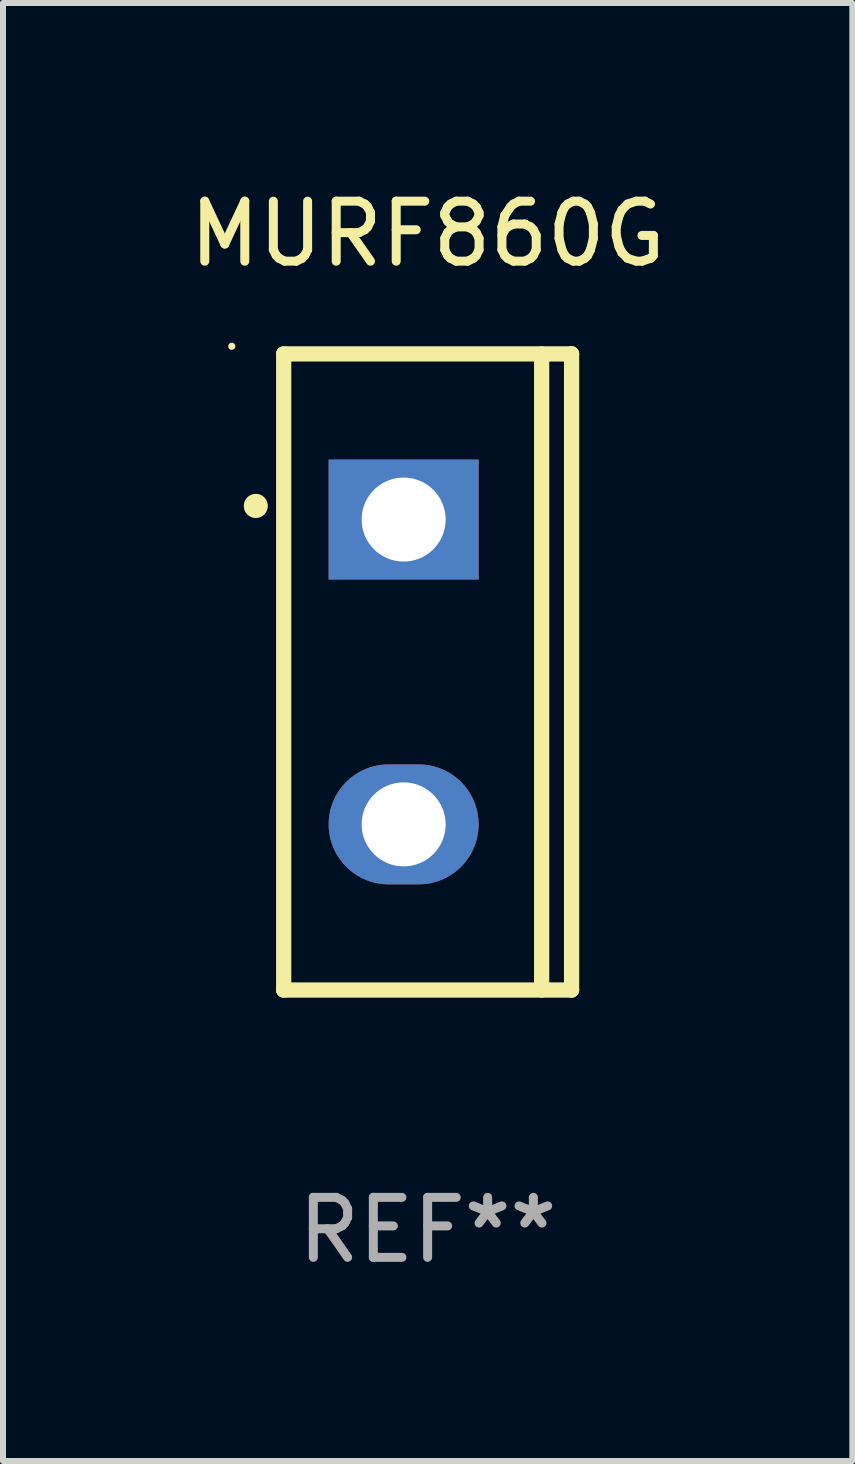
<source format=kicad_pcb>
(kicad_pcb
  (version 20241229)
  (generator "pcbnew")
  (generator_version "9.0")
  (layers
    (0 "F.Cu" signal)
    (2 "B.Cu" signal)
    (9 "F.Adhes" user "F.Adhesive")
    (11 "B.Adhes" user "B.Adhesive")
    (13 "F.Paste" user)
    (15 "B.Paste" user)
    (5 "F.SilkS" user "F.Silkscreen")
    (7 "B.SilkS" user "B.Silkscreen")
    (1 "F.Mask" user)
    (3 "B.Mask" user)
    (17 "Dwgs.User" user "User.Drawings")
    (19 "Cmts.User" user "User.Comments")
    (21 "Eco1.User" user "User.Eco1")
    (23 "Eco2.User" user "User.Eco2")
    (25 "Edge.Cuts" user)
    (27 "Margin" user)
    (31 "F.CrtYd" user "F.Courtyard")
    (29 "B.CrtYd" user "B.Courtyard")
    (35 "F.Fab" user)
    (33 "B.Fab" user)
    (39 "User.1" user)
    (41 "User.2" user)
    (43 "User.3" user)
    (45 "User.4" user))
  (footprint "MURF860G"
    (layer "F.Cu")
    (at 4.077 8.149)
    (property "Reference" "MURF860G" (at 0 -7.301 0) (layer "F.SilkS") (effects (font (size 1 1) (thickness 0.15))))
    (attr through_hole)
    (fp_line (start -2.399 -5.301) (end 2.394 -5.301) (stroke (width 0.254) (type solid)) (layer "F.SilkS"))
    (fp_line (start -2.399 5.301) (end -2.399 -5.301) (stroke (width 0.254) (type solid)) (layer "F.SilkS"))
    (fp_line (start 1.9 5.3) (end 1.9 -5.3) (stroke (width 0.254) (type solid)) (layer "F.SilkS"))
    (fp_line (start 2.394 -5.301) (end 2.399 -5.301) (stroke (width 0.254) (type solid)) (layer "F.SilkS"))
    (fp_line (start 2.399 -5.301) (end 2.399 5.301) (stroke (width 0.254) (type solid)) (layer "F.SilkS"))
    (fp_line (start 2.399 5.301) (end -2.399 5.301) (stroke (width 0.254) (type solid)) (layer "F.SilkS"))
    (fp_arc (start -2.863843 -2.766066) (mid -2.863847 -2.767336) (end -2.863843 -2.768606) (stroke (width 0.4) (type solid)) (layer "F.SilkS"))
    (fp_circle (center -3.264 -5.428) (end -3.234 -5.428) (stroke (width 0.06) (type solid)) (fill no) (layer "F.SilkS"))
    (fp_text user "REF**" (at 0 9.301 0) (layer "F.Fab") (effects (font (size 1 1) (thickness 0.15))))
    (pad "1" thru_hole rect (at -0.4 -2.54 270) (size 2 2.5) (drill 1.4) (layers "*.Cu" "*.Mask"))
    (pad "2" thru_hole oval (at -0.4 2.54 270) (size 2 2.5) (drill 1.4) (layers "*.Cu" "*.Mask")))
  (gr_rect
    (start -3 -3)
    (end 11.155 21.299)
    (stroke (width 0.1) (type default))
    (fill no)
    (layer "Edge.Cuts")))
</source>
